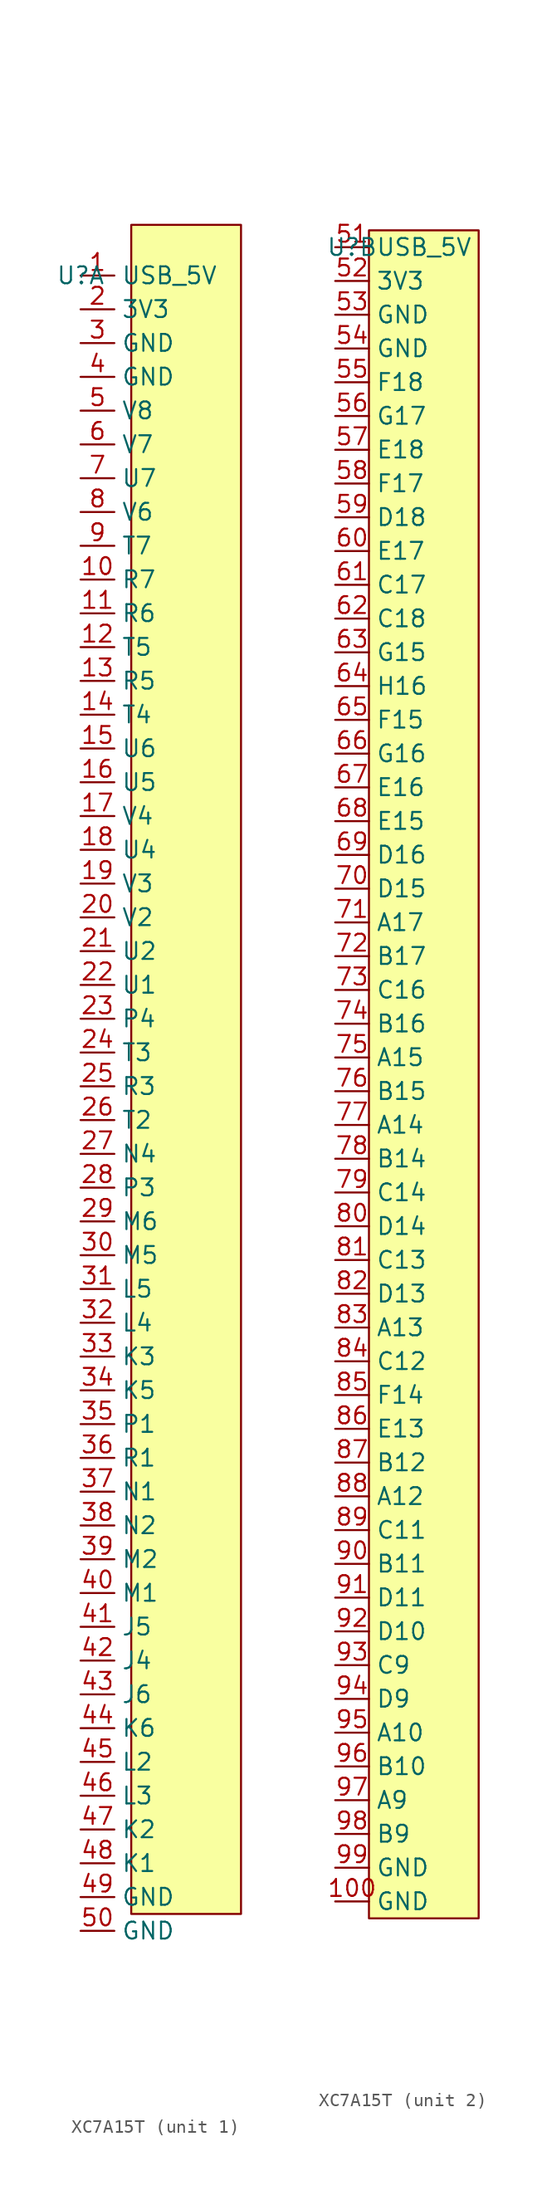
<source format=kicad_sym>
(kicad_symbol_lib
  (version 20231120)
  (generator "kicad_symbol_editor")
  (generator_version "8.0")
  (symbol "XC7A15T"
    (property "Reference" "U"
      (at 0 0 0)
      (effects (font (size 1.27 1.27))))
    (property "Value" ""
      (at 0 0 0)
      (effects (font (size 1.27 1.27))))
    (property "ki_locked" ""
      (at 0 0 0)
      (effects (font (size 1.27 1.27))))
    (symbol "XC7A15T_1_0"
      (pin power_in line (at 0 0 0) (length 2.54) (name "USB_5V" (effects (font (size 1.27 1.27)))) (number "1" (effects (font (size 1.27 1.27)))))
      (pin bidirectional line (at 0 -22.86 0) (length 2.54) (name "R7" (effects (font (size 1.27 1.27)))) (number "10" (effects (font (size 1.27 1.27)))))
      (pin bidirectional line (at 0 -25.4 0) (length 2.54) (name "R6" (effects (font (size 1.27 1.27)))) (number "11" (effects (font (size 1.27 1.27)))))
      (pin bidirectional line (at 0 -27.94 0) (length 2.54) (name "T5" (effects (font (size 1.27 1.27)))) (number "12" (effects (font (size 1.27 1.27)))))
      (pin bidirectional line (at 0 -30.48 0) (length 2.54) (name "R5" (effects (font (size 1.27 1.27)))) (number "13" (effects (font (size 1.27 1.27)))))
      (pin bidirectional line (at 0 -33.02 0) (length 2.54) (name "T4" (effects (font (size 1.27 1.27)))) (number "14" (effects (font (size 1.27 1.27)))))
      (pin bidirectional line (at 0 -35.56 0) (length 2.54) (name "U6" (effects (font (size 1.27 1.27)))) (number "15" (effects (font (size 1.27 1.27)))))
      (pin bidirectional line (at 0 -38.1 0) (length 2.54) (name "U5" (effects (font (size 1.27 1.27)))) (number "16" (effects (font (size 1.27 1.27)))))
      (pin bidirectional line (at 0 -40.64 0) (length 2.54) (name "V4" (effects (font (size 1.27 1.27)))) (number "17" (effects (font (size 1.27 1.27)))))
      (pin bidirectional line (at 0 -43.18 0) (length 2.54) (name "U4" (effects (font (size 1.27 1.27)))) (number "18" (effects (font (size 1.27 1.27)))))
      (pin bidirectional line (at 0 -45.72 0) (length 2.54) (name "V3" (effects (font (size 1.27 1.27)))) (number "19" (effects (font (size 1.27 1.27)))))
      (pin power_in line (at 0 -2.54 0) (length 2.54) (name "3V3" (effects (font (size 1.27 1.27)))) (number "2" (effects (font (size 1.27 1.27)))))
      (pin bidirectional line (at 0 -48.26 0) (length 2.54) (name "V2" (effects (font (size 1.27 1.27)))) (number "20" (effects (font (size 1.27 1.27)))))
      (pin bidirectional line (at 0 -50.8 0) (length 2.54) (name "U2" (effects (font (size 1.27 1.27)))) (number "21" (effects (font (size 1.27 1.27)))))
      (pin bidirectional line (at 0 -53.34 0) (length 2.54) (name "U1" (effects (font (size 1.27 1.27)))) (number "22" (effects (font (size 1.27 1.27)))))
      (pin bidirectional line (at 0 -55.88 0) (length 2.54) (name "P4" (effects (font (size 1.27 1.27)))) (number "23" (effects (font (size 1.27 1.27)))))
      (pin bidirectional line (at 0 -58.42 0) (length 2.54) (name "T3" (effects (font (size 1.27 1.27)))) (number "24" (effects (font (size 1.27 1.27)))))
      (pin bidirectional line (at 0 -60.96 0) (length 2.54) (name "R3" (effects (font (size 1.27 1.27)))) (number "25" (effects (font (size 1.27 1.27)))))
      (pin bidirectional line (at 0 -63.5 0) (length 2.54) (name "T2" (effects (font (size 1.27 1.27)))) (number "26" (effects (font (size 1.27 1.27)))))
      (pin bidirectional line (at 0 -66.04 0) (length 2.54) (name "N4" (effects (font (size 1.27 1.27)))) (number "27" (effects (font (size 1.27 1.27)))))
      (pin bidirectional line (at 0 -68.58 0) (length 2.54) (name "P3" (effects (font (size 1.27 1.27)))) (number "28" (effects (font (size 1.27 1.27)))))
      (pin bidirectional line (at 0 -71.12 0) (length 2.54) (name "M6" (effects (font (size 1.27 1.27)))) (number "29" (effects (font (size 1.27 1.27)))))
      (pin passive line (at 0 -5.08 0) (length 2.54) (name "GND" (effects (font (size 1.27 1.27)))) (number "3" (effects (font (size 1.27 1.27)))))
      (pin bidirectional line (at 0 -73.66 0) (length 2.54) (name "M5" (effects (font (size 1.27 1.27)))) (number "30" (effects (font (size 1.27 1.27)))))
      (pin bidirectional line (at 0 -76.2 0) (length 2.54) (name "L5" (effects (font (size 1.27 1.27)))) (number "31" (effects (font (size 1.27 1.27)))))
      (pin bidirectional line (at 0 -78.74 0) (length 2.54) (name "L4" (effects (font (size 1.27 1.27)))) (number "32" (effects (font (size 1.27 1.27)))))
      (pin bidirectional line (at 0 -81.28 0) (length 2.54) (name "K3" (effects (font (size 1.27 1.27)))) (number "33" (effects (font (size 1.27 1.27)))))
      (pin bidirectional line (at 0 -83.82 0) (length 2.54) (name "K5" (effects (font (size 1.27 1.27)))) (number "34" (effects (font (size 1.27 1.27)))))
      (pin bidirectional line (at 0 -86.36 0) (length 2.54) (name "P1" (effects (font (size 1.27 1.27)))) (number "35" (effects (font (size 1.27 1.27)))))
      (pin bidirectional line (at 0 -88.9 0) (length 2.54) (name "R1" (effects (font (size 1.27 1.27)))) (number "36" (effects (font (size 1.27 1.27)))))
      (pin bidirectional line (at 0 -91.44 0) (length 2.54) (name "N1" (effects (font (size 1.27 1.27)))) (number "37" (effects (font (size 1.27 1.27)))))
      (pin bidirectional line (at 0 -93.98 0) (length 2.54) (name "N2" (effects (font (size 1.27 1.27)))) (number "38" (effects (font (size 1.27 1.27)))))
      (pin bidirectional line (at 0 -96.52 0) (length 2.54) (name "M2" (effects (font (size 1.27 1.27)))) (number "39" (effects (font (size 1.27 1.27)))))
      (pin passive line (at 0 -7.62 0) (length 2.54) (name "GND" (effects (font (size 1.27 1.27)))) (number "4" (effects (font (size 1.27 1.27)))))
      (pin bidirectional line (at 0 -99.06 0) (length 2.54) (name "M1" (effects (font (size 1.27 1.27)))) (number "40" (effects (font (size 1.27 1.27)))))
      (pin bidirectional line (at 0 -101.6 0) (length 2.54) (name "J5" (effects (font (size 1.27 1.27)))) (number "41" (effects (font (size 1.27 1.27)))))
      (pin bidirectional line (at 0 -104.14 0) (length 2.54) (name "J4" (effects (font (size 1.27 1.27)))) (number "42" (effects (font (size 1.27 1.27)))))
      (pin bidirectional line (at 0 -106.68 0) (length 2.54) (name "J6" (effects (font (size 1.27 1.27)))) (number "43" (effects (font (size 1.27 1.27)))))
      (pin bidirectional line (at 0 -109.22 0) (length 2.54) (name "K6" (effects (font (size 1.27 1.27)))) (number "44" (effects (font (size 1.27 1.27)))))
      (pin bidirectional line (at 0 -111.76 0) (length 2.54) (name "L2" (effects (font (size 1.27 1.27)))) (number "45" (effects (font (size 1.27 1.27)))))
      (pin bidirectional line (at 0 -114.3 0) (length 2.54) (name "L3" (effects (font (size 1.27 1.27)))) (number "46" (effects (font (size 1.27 1.27)))))
      (pin bidirectional line (at 0 -116.84 0) (length 2.54) (name "K2" (effects (font (size 1.27 1.27)))) (number "47" (effects (font (size 1.27 1.27)))))
      (pin bidirectional line (at 0 -119.38 0) (length 2.54) (name "K1" (effects (font (size 1.27 1.27)))) (number "48" (effects (font (size 1.27 1.27)))))
      (pin passive line (at 0 -121.92 0) (length 2.54) (name "GND" (effects (font (size 1.27 1.27)))) (number "49" (effects (font (size 1.27 1.27)))))
      (pin bidirectional line (at 0 -10.16 0) (length 2.54) (name "V8" (effects (font (size 1.27 1.27)))) (number "5" (effects (font (size 1.27 1.27)))))
      (pin passive line (at 0 -124.46 0) (length 2.54) (name "GND" (effects (font (size 1.27 1.27)))) (number "50" (effects (font (size 1.27 1.27)))))
      (pin bidirectional line (at 0 -12.7 0) (length 2.54) (name "V7" (effects (font (size 1.27 1.27)))) (number "6" (effects (font (size 1.27 1.27)))))
      (pin bidirectional line (at 0 -15.24 0) (length 2.54) (name "U7" (effects (font (size 1.27 1.27)))) (number "7" (effects (font (size 1.27 1.27)))))
      (pin bidirectional line (at 0 -17.78 0) (length 2.54) (name "V6" (effects (font (size 1.27 1.27)))) (number "8" (effects (font (size 1.27 1.27)))))
      (pin bidirectional line (at 0 -20.32 0) (length 2.54) (name "T7" (effects (font (size 1.27 1.27)))) (number "9" (effects (font (size 1.27 1.27))))))
    (symbol "XC7A15T_1_1"
      (text_box "" (at 3.81 3.81 0) (size 8.255 -127) (stroke (width 0) (type default)) (fill (type color) (color 249 255 160 1)) (effects (font (size 1.27 1.27)) (justify left top))))
    (symbol "XC7A15T_2_0"
      (pin passive line (at -1.27 -124.46 0) (length 2.54) (name "GND" (effects (font (size 1.27 1.27)))) (number "100" (effects (font (size 1.27 1.27)))))
      (pin power_in line (at -1.27 0 0) (length 2.54) (name "USB_5V" (effects (font (size 1.27 1.27)))) (number "51" (effects (font (size 1.27 1.27)))))
      (pin power_in line (at -1.27 -2.54 0) (length 2.54) (name "3V3" (effects (font (size 1.27 1.27)))) (number "52" (effects (font (size 1.27 1.27)))))
      (pin passive line (at -1.27 -5.08 0) (length 2.54) (name "GND" (effects (font (size 1.27 1.27)))) (number "53" (effects (font (size 1.27 1.27)))))
      (pin passive line (at -1.27 -7.62 0) (length 2.54) (name "GND" (effects (font (size 1.27 1.27)))) (number "54" (effects (font (size 1.27 1.27)))))
      (pin bidirectional line (at -1.27 -10.16 0) (length 2.54) (name "F18" (effects (font (size 1.27 1.27)))) (number "55" (effects (font (size 1.27 1.27)))))
      (pin bidirectional line (at -1.27 -12.7 0) (length 2.54) (name "G17" (effects (font (size 1.27 1.27)))) (number "56" (effects (font (size 1.27 1.27)))))
      (pin bidirectional line (at -1.27 -15.24 0) (length 2.54) (name "E18" (effects (font (size 1.27 1.27)))) (number "57" (effects (font (size 1.27 1.27)))))
      (pin bidirectional line (at -1.27 -17.78 0) (length 2.54) (name "F17" (effects (font (size 1.27 1.27)))) (number "58" (effects (font (size 1.27 1.27)))))
      (pin bidirectional line (at -1.27 -20.32 0) (length 2.54) (name "D18" (effects (font (size 1.27 1.27)))) (number "59" (effects (font (size 1.27 1.27)))))
      (pin bidirectional line (at -1.27 -22.86 0) (length 2.54) (name "E17" (effects (font (size 1.27 1.27)))) (number "60" (effects (font (size 1.27 1.27)))))
      (pin bidirectional line (at -1.27 -25.4 0) (length 2.54) (name "C17" (effects (font (size 1.27 1.27)))) (number "61" (effects (font (size 1.27 1.27)))))
      (pin bidirectional line (at -1.27 -27.94 0) (length 2.54) (name "C18" (effects (font (size 1.27 1.27)))) (number "62" (effects (font (size 1.27 1.27)))))
      (pin bidirectional line (at -1.27 -30.48 0) (length 2.54) (name "G15" (effects (font (size 1.27 1.27)))) (number "63" (effects (font (size 1.27 1.27)))))
      (pin bidirectional line (at -1.27 -33.02 0) (length 2.54) (name "H16" (effects (font (size 1.27 1.27)))) (number "64" (effects (font (size 1.27 1.27)))))
      (pin bidirectional line (at -1.27 -35.56 0) (length 2.54) (name "F15" (effects (font (size 1.27 1.27)))) (number "65" (effects (font (size 1.27 1.27)))))
      (pin bidirectional line (at -1.27 -38.1 0) (length 2.54) (name "G16" (effects (font (size 1.27 1.27)))) (number "66" (effects (font (size 1.27 1.27)))))
      (pin bidirectional line (at -1.27 -40.64 0) (length 2.54) (name "E16" (effects (font (size 1.27 1.27)))) (number "67" (effects (font (size 1.27 1.27)))))
      (pin bidirectional line (at -1.27 -43.18 0) (length 2.54) (name "E15" (effects (font (size 1.27 1.27)))) (number "68" (effects (font (size 1.27 1.27)))))
      (pin bidirectional line (at -1.27 -45.72 0) (length 2.54) (name "D16" (effects (font (size 1.27 1.27)))) (number "69" (effects (font (size 1.27 1.27)))))
      (pin bidirectional line (at -1.27 -48.26 0) (length 2.54) (name "D15" (effects (font (size 1.27 1.27)))) (number "70" (effects (font (size 1.27 1.27)))))
      (pin bidirectional line (at -1.27 -50.8 0) (length 2.54) (name "A17" (effects (font (size 1.27 1.27)))) (number "71" (effects (font (size 1.27 1.27)))))
      (pin bidirectional line (at -1.27 -53.34 0) (length 2.54) (name "B17" (effects (font (size 1.27 1.27)))) (number "72" (effects (font (size 1.27 1.27)))))
      (pin bidirectional line (at -1.27 -55.88 0) (length 2.54) (name "C16" (effects (font (size 1.27 1.27)))) (number "73" (effects (font (size 1.27 1.27)))))
      (pin bidirectional line (at -1.27 -58.42 0) (length 2.54) (name "B16" (effects (font (size 1.27 1.27)))) (number "74" (effects (font (size 1.27 1.27)))))
      (pin bidirectional line (at -1.27 -60.96 0) (length 2.54) (name "A15" (effects (font (size 1.27 1.27)))) (number "75" (effects (font (size 1.27 1.27)))))
      (pin bidirectional line (at -1.27 -63.5 0) (length 2.54) (name "B15" (effects (font (size 1.27 1.27)))) (number "76" (effects (font (size 1.27 1.27)))))
      (pin bidirectional line (at -1.27 -66.04 0) (length 2.54) (name "A14" (effects (font (size 1.27 1.27)))) (number "77" (effects (font (size 1.27 1.27)))))
      (pin bidirectional line (at -1.27 -68.58 0) (length 2.54) (name "B14" (effects (font (size 1.27 1.27)))) (number "78" (effects (font (size 1.27 1.27)))))
      (pin bidirectional line (at -1.27 -71.12 0) (length 2.54) (name "C14" (effects (font (size 1.27 1.27)))) (number "79" (effects (font (size 1.27 1.27)))))
      (pin bidirectional line (at -1.27 -73.66 0) (length 2.54) (name "D14" (effects (font (size 1.27 1.27)))) (number "80" (effects (font (size 1.27 1.27)))))
      (pin bidirectional line (at -1.27 -76.2 0) (length 2.54) (name "C13" (effects (font (size 1.27 1.27)))) (number "81" (effects (font (size 1.27 1.27)))))
      (pin bidirectional line (at -1.27 -78.74 0) (length 2.54) (name "D13" (effects (font (size 1.27 1.27)))) (number "82" (effects (font (size 1.27 1.27)))))
      (pin bidirectional line (at -1.27 -81.28 0) (length 2.54) (name "A13" (effects (font (size 1.27 1.27)))) (number "83" (effects (font (size 1.27 1.27)))))
      (pin bidirectional line (at -1.27 -83.82 0) (length 2.54) (name "C12" (effects (font (size 1.27 1.27)))) (number "84" (effects (font (size 1.27 1.27)))))
      (pin bidirectional line (at -1.27 -86.36 0) (length 2.54) (name "F14" (effects (font (size 1.27 1.27)))) (number "85" (effects (font (size 1.27 1.27)))))
      (pin bidirectional line (at -1.27 -88.9 0) (length 2.54) (name "E13" (effects (font (size 1.27 1.27)))) (number "86" (effects (font (size 1.27 1.27)))))
      (pin bidirectional line (at -1.27 -91.44 0) (length 2.54) (name "B12" (effects (font (size 1.27 1.27)))) (number "87" (effects (font (size 1.27 1.27)))))
      (pin bidirectional line (at -1.27 -93.98 0) (length 2.54) (name "A12" (effects (font (size 1.27 1.27)))) (number "88" (effects (font (size 1.27 1.27)))))
      (pin bidirectional line (at -1.27 -96.52 0) (length 2.54) (name "C11" (effects (font (size 1.27 1.27)))) (number "89" (effects (font (size 1.27 1.27)))))
      (pin bidirectional line (at -1.27 -99.06 0) (length 2.54) (name "B11" (effects (font (size 1.27 1.27)))) (number "90" (effects (font (size 1.27 1.27)))))
      (pin bidirectional line (at -1.27 -101.6 0) (length 2.54) (name "D11" (effects (font (size 1.27 1.27)))) (number "91" (effects (font (size 1.27 1.27)))))
      (pin bidirectional line (at -1.27 -104.14 0) (length 2.54) (name "D10" (effects (font (size 1.27 1.27)))) (number "92" (effects (font (size 1.27 1.27)))))
      (pin bidirectional line (at -1.27 -106.68 0) (length 2.54) (name "C9" (effects (font (size 1.27 1.27)))) (number "93" (effects (font (size 1.27 1.27)))))
      (pin bidirectional line (at -1.27 -109.22 0) (length 2.54) (name "D9" (effects (font (size 1.27 1.27)))) (number "94" (effects (font (size 1.27 1.27)))))
      (pin bidirectional line (at -1.27 -111.76 0) (length 2.54) (name "A10" (effects (font (size 1.27 1.27)))) (number "95" (effects (font (size 1.27 1.27)))))
      (pin bidirectional line (at -1.27 -114.3 0) (length 2.54) (name "B10" (effects (font (size 1.27 1.27)))) (number "96" (effects (font (size 1.27 1.27)))))
      (pin bidirectional line (at -1.27 -116.84 0) (length 2.54) (name "A9" (effects (font (size 1.27 1.27)))) (number "97" (effects (font (size 1.27 1.27)))))
      (pin bidirectional line (at -1.27 -119.38 0) (length 2.54) (name "B9" (effects (font (size 1.27 1.27)))) (number "98" (effects (font (size 1.27 1.27)))))
      (pin passive line (at -1.27 -121.92 0) (length 2.54) (name "GND" (effects (font (size 1.27 1.27)))) (number "99" (effects (font (size 1.27 1.27))))))
    (symbol "XC7A15T_2_1"
      (text_box "" (at 1.27 1.27 0) (size 8.255 -127) (stroke (width 0) (type default)) (fill (type color) (color 249 255 160 1)) (effects (font (size 1.27 1.27)) (justify left top))))))
</source>
